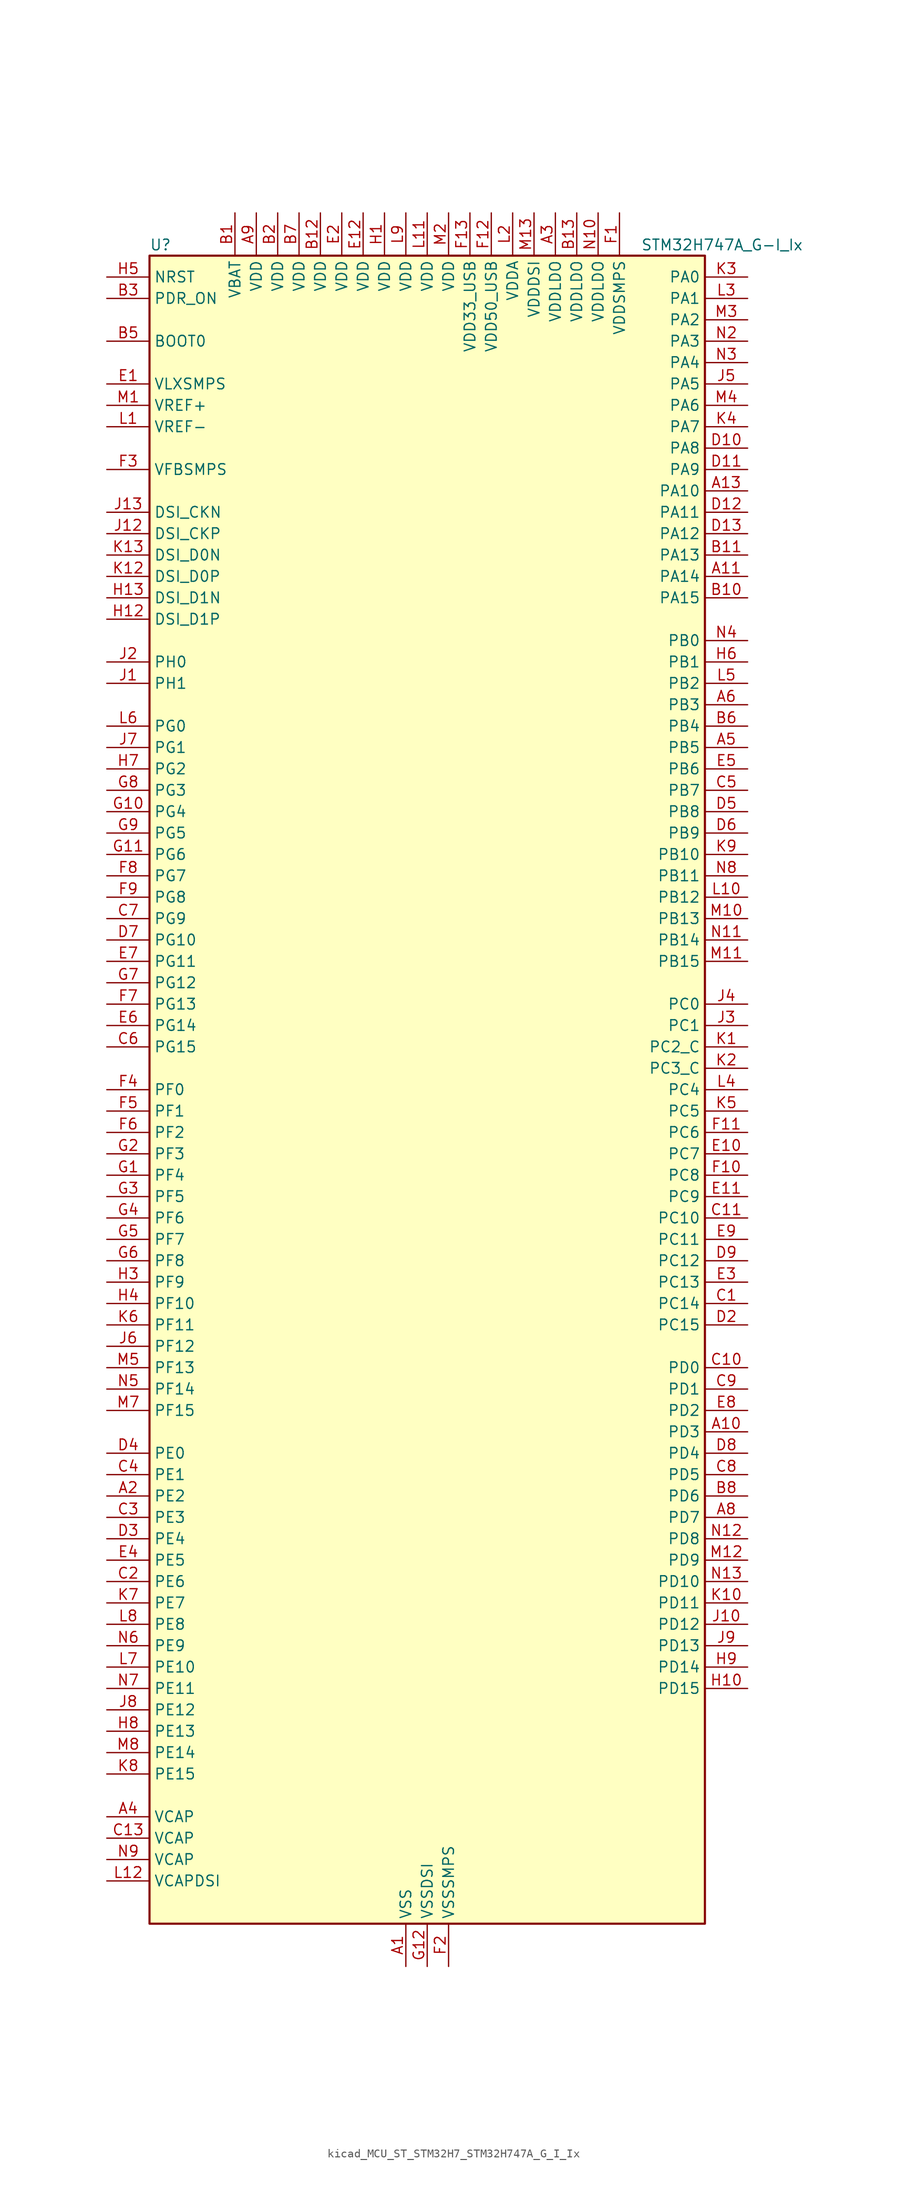
<source format=kicad_sym>
(kicad_symbol_lib
  (version 20220914)
  (generator kicad_symbol_editor)
  (symbol "kicad_MCU_ST_STM32H7_STM32H747A_G_I_Ix"
    (property "Reference" "U"
      (at -33.02 100.33 0)
      (effects (font (size 1.27 1.27)) (justify left)))
    (property "Value" "STM32H747A_G-I_Ix"
      (at 25.4 100.33 0)
      (effects (font (size 1.27 1.27)) (justify left)))
    (property "ki_locked" ""
      (at 0 0 0)
      (effects (font (size 1.27 1.27))))
    (symbol "kicad_MCU_ST_STM32H7_STM32H747A_G_I_Ix_0_1"
      (rectangle (start -33.02 -99.06) (end 33.02 99.06) (stroke (width 0.254) (type default)) (fill (type background))))
    (symbol "kicad_MCU_ST_STM32H7_STM32H747A_G_I_Ix_1_1"
      (pin power_in line (at -2.54 -104.14 90) (length 5.08) (name "VSS" (effects (font (size 1.27 1.27)))) (number "A1" (effects (font (size 1.27 1.27)))))
      (pin bidirectional line (at 38.1 -40.64 180) (length 5.08) (name "PD3" (effects (font (size 1.27 1.27)))) (number "A10" (effects (font (size 1.27 1.27)))) (alternate "DCMI_D5" bidirectional line) (alternate "DFSDM1_CKOUT" bidirectional line) (alternate "FMC_CLK" bidirectional line) (alternate "I2S2_CK" bidirectional line) (alternate "LTDC_G7" bidirectional line) (alternate "SPI2_SCK" bidirectional line) (alternate "USART2_CTS" bidirectional line) (alternate "USART2_NSS" bidirectional line))
      (pin bidirectional line (at 38.1 60.96 180) (length 5.08) (name "PA14" (effects (font (size 1.27 1.27)))) (number "A11" (effects (font (size 1.27 1.27)))) (alternate "DEBUG_JTCK-SWCLK" bidirectional line))
      (pin passive line (at -2.54 -104.14 90) (length 5.08) hide (name "VSS" (effects (font (size 1.27 1.27)))) (number "A12" (effects (font (size 1.27 1.27)))))
      (pin bidirectional line (at 38.1 71.12 180) (length 5.08) (name "PA10" (effects (font (size 1.27 1.27)))) (number "A13" (effects (font (size 1.27 1.27)))) (alternate "DCMI_D1" bidirectional line) (alternate "HRTIM_CHC2" bidirectional line) (alternate "LPUART1_RX" bidirectional line) (alternate "LTDC_B1" bidirectional line) (alternate "LTDC_B4" bidirectional line) (alternate "MDIOS_MDIO" bidirectional line) (alternate "TIM1_CH3" bidirectional line) (alternate "USART1_RX" bidirectional line) (alternate "USB_OTG_FS_ID" bidirectional line))
      (pin bidirectional line (at -38.1 -48.26 0) (length 5.08) (name "PE2" (effects (font (size 1.27 1.27)))) (number "A2" (effects (font (size 1.27 1.27)))) (alternate "DEBUG_TRACECLK" bidirectional line) (alternate "ETH_TXD3" bidirectional line) (alternate "FMC_A23" bidirectional line) (alternate "QUADSPI_BK1_IO2" bidirectional line) (alternate "SAI1_CK1" bidirectional line) (alternate "SAI1_MCLK_A" bidirectional line) (alternate "SAI4_CK1" bidirectional line) (alternate "SAI4_MCLK_A" bidirectional line) (alternate "SPI4_SCK" bidirectional line))
      (pin power_in line (at 15.24 104.14 270) (length 5.08) (name "VDDLDO" (effects (font (size 1.27 1.27)))) (number "A3" (effects (font (size 1.27 1.27)))))
      (pin power_out line (at -38.1 -86.36 0) (length 5.08) (name "VCAP" (effects (font (size 1.27 1.27)))) (number "A4" (effects (font (size 1.27 1.27)))))
      (pin bidirectional line (at 38.1 40.64 180) (length 5.08) (name "PB5" (effects (font (size 1.27 1.27)))) (number "A5" (effects (font (size 1.27 1.27)))) (alternate "DCMI_D10" bidirectional line) (alternate "ETH_PPS_OUT" bidirectional line) (alternate "FDCAN2_RX" bidirectional line) (alternate "FMC_SDCKE1" bidirectional line) (alternate "HRTIM_EEV7" bidirectional line) (alternate "I2C1_SMBA" bidirectional line) (alternate "I2C4_SMBA" bidirectional line) (alternate "I2S1_SDO" bidirectional line) (alternate "I2S3_SDO" bidirectional line) (alternate "SPI1_MOSI" bidirectional line) (alternate "SPI3_MOSI" bidirectional line) (alternate "SPI6_MOSI" bidirectional line) (alternate "TIM17_BKIN" bidirectional line) (alternate "TIM3_CH2" bidirectional line) (alternate "UART5_RX" bidirectional line) (alternate "USB_OTG_HS_ULPI_D7" bidirectional line))
      (pin bidirectional line (at 38.1 45.72 180) (length 5.08) (name "PB3" (effects (font (size 1.27 1.27)))) (number "A6" (effects (font (size 1.27 1.27)))) (alternate "CRS_SYNC" bidirectional line) (alternate "DEBUG_JTDO-SWO" bidirectional line) (alternate "HRTIM_FLT4" bidirectional line) (alternate "I2S1_CK" bidirectional line) (alternate "I2S3_CK" bidirectional line) (alternate "SDMMC2_D2" bidirectional line) (alternate "SPI1_SCK" bidirectional line) (alternate "SPI3_SCK" bidirectional line) (alternate "SPI6_SCK" bidirectional line) (alternate "TIM2_CH2" bidirectional line) (alternate "UART7_RX" bidirectional line))
      (pin passive line (at -2.54 -104.14 90) (length 5.08) hide (name "VSS" (effects (font (size 1.27 1.27)))) (number "A7" (effects (font (size 1.27 1.27)))))
      (pin bidirectional line (at 38.1 -50.8 180) (length 5.08) (name "PD7" (effects (font (size 1.27 1.27)))) (number "A8" (effects (font (size 1.27 1.27)))) (alternate "DFSDM1_CKIN1" bidirectional line) (alternate "DFSDM1_DATIN4" bidirectional line) (alternate "FMC_NE1" bidirectional line) (alternate "I2S1_SDO" bidirectional line) (alternate "SDMMC2_CMD" bidirectional line) (alternate "SPDIFRX1_IN0" bidirectional line) (alternate "SPI1_MOSI" bidirectional line) (alternate "USART2_CK" bidirectional line))
      (pin power_in line (at -20.32 104.14 270) (length 5.08) (name "VDD" (effects (font (size 1.27 1.27)))) (number "A9" (effects (font (size 1.27 1.27)))))
      (pin power_in line (at -22.86 104.14 270) (length 5.08) (name "VBAT" (effects (font (size 1.27 1.27)))) (number "B1" (effects (font (size 1.27 1.27)))))
      (pin bidirectional line (at 38.1 58.42 180) (length 5.08) (name "PA15" (effects (font (size 1.27 1.27)))) (number "B10" (effects (font (size 1.27 1.27)))) (alternate "ADC1_EXTI15" bidirectional line) (alternate "ADC2_EXTI15" bidirectional line) (alternate "ADC3_EXTI15" bidirectional line) (alternate "CEC" bidirectional line) (alternate "DEBUG_JTDI" bidirectional line) (alternate "DSIHOST_TE" bidirectional line) (alternate "HRTIM_FLT1" bidirectional line) (alternate "I2S1_WS" bidirectional line) (alternate "I2S3_WS" bidirectional line) (alternate "SPI1_NSS" bidirectional line) (alternate "SPI3_NSS" bidirectional line) (alternate "SPI6_NSS" bidirectional line) (alternate "TIM2_CH1" bidirectional line) (alternate "TIM2_ETR" bidirectional line) (alternate "UART4_DE" bidirectional line) (alternate "UART4_RTS" bidirectional line) (alternate "UART7_TX" bidirectional line))
      (pin bidirectional line (at 38.1 63.5 180) (length 5.08) (name "PA13" (effects (font (size 1.27 1.27)))) (number "B11" (effects (font (size 1.27 1.27)))) (alternate "DEBUG_JTMS-SWDIO" bidirectional line))
      (pin power_in line (at -12.7 104.14 270) (length 5.08) (name "VDD" (effects (font (size 1.27 1.27)))) (number "B12" (effects (font (size 1.27 1.27)))))
      (pin power_in line (at 17.78 104.14 270) (length 5.08) (name "VDDLDO" (effects (font (size 1.27 1.27)))) (number "B13" (effects (font (size 1.27 1.27)))))
      (pin power_in line (at -17.78 104.14 270) (length 5.08) (name "VDD" (effects (font (size 1.27 1.27)))) (number "B2" (effects (font (size 1.27 1.27)))))
      (pin input line (at -38.1 93.98 0) (length 5.08) (name "PDR_ON" (effects (font (size 1.27 1.27)))) (number "B3" (effects (font (size 1.27 1.27)))))
      (pin passive line (at -2.54 -104.14 90) (length 5.08) hide (name "VSS" (effects (font (size 1.27 1.27)))) (number "B4" (effects (font (size 1.27 1.27)))))
      (pin input line (at -38.1 88.9 0) (length 5.08) (name "BOOT0" (effects (font (size 1.27 1.27)))) (number "B5" (effects (font (size 1.27 1.27)))))
      (pin bidirectional line (at 38.1 43.18 180) (length 5.08) (name "PB4" (effects (font (size 1.27 1.27)))) (number "B6" (effects (font (size 1.27 1.27)))) (alternate "DEBUG_JTRST" bidirectional line) (alternate "HRTIM_EEV6" bidirectional line) (alternate "I2S1_SDI" bidirectional line) (alternate "I2S2_WS" bidirectional line) (alternate "I2S3_SDI" bidirectional line) (alternate "SDMMC2_D3" bidirectional line) (alternate "SPI1_MISO" bidirectional line) (alternate "SPI2_NSS" bidirectional line) (alternate "SPI3_MISO" bidirectional line) (alternate "SPI6_MISO" bidirectional line) (alternate "TIM16_BKIN" bidirectional line) (alternate "TIM3_CH1" bidirectional line) (alternate "UART7_TX" bidirectional line))
      (pin power_in line (at -15.24 104.14 270) (length 5.08) (name "VDD" (effects (font (size 1.27 1.27)))) (number "B7" (effects (font (size 1.27 1.27)))))
      (pin bidirectional line (at 38.1 -48.26 180) (length 5.08) (name "PD6" (effects (font (size 1.27 1.27)))) (number "B8" (effects (font (size 1.27 1.27)))) (alternate "DCMI_D10" bidirectional line) (alternate "DFSDM1_CKIN4" bidirectional line) (alternate "DFSDM1_DATIN1" bidirectional line) (alternate "FMC_NWAIT" bidirectional line) (alternate "I2S3_SDO" bidirectional line) (alternate "LTDC_B2" bidirectional line) (alternate "SAI1_D1" bidirectional line) (alternate "SAI1_SD_A" bidirectional line) (alternate "SAI4_D1" bidirectional line) (alternate "SAI4_SD_A" bidirectional line) (alternate "SDMMC2_CK" bidirectional line) (alternate "SPI3_MOSI" bidirectional line) (alternate "USART2_RX" bidirectional line))
      (pin passive line (at -2.54 -104.14 90) (length 5.08) hide (name "VSS" (effects (font (size 1.27 1.27)))) (number "B9" (effects (font (size 1.27 1.27)))))
      (pin bidirectional line (at 38.1 -25.4 180) (length 5.08) (name "PC14" (effects (font (size 1.27 1.27)))) (number "C1" (effects (font (size 1.27 1.27)))) (alternate "RCC_OSC32_IN" bidirectional line))
      (pin bidirectional line (at 38.1 -33.02 180) (length 5.08) (name "PD0" (effects (font (size 1.27 1.27)))) (number "C10" (effects (font (size 1.27 1.27)))) (alternate "DFSDM1_CKIN6" bidirectional line) (alternate "FDCAN1_RX" bidirectional line) (alternate "FMC_D2" bidirectional line) (alternate "FMC_DA2" bidirectional line) (alternate "SAI3_SCK_A" bidirectional line) (alternate "UART4_RX" bidirectional line))
      (pin bidirectional line (at 38.1 -15.24 180) (length 5.08) (name "PC10" (effects (font (size 1.27 1.27)))) (number "C11" (effects (font (size 1.27 1.27)))) (alternate "DCMI_D8" bidirectional line) (alternate "DFSDM1_CKIN5" bidirectional line) (alternate "HRTIM_EEV1" bidirectional line) (alternate "I2S3_CK" bidirectional line) (alternate "LTDC_R2" bidirectional line) (alternate "QUADSPI_BK1_IO1" bidirectional line) (alternate "SDMMC1_D2" bidirectional line) (alternate "SPI3_SCK" bidirectional line) (alternate "UART4_TX" bidirectional line) (alternate "USART3_TX" bidirectional line))
      (pin passive line (at -2.54 -104.14 90) (length 5.08) hide (name "VSS" (effects (font (size 1.27 1.27)))) (number "C12" (effects (font (size 1.27 1.27)))))
      (pin power_out line (at -38.1 -88.9 0) (length 5.08) (name "VCAP" (effects (font (size 1.27 1.27)))) (number "C13" (effects (font (size 1.27 1.27)))))
      (pin bidirectional line (at -38.1 -58.42 0) (length 5.08) (name "PE6" (effects (font (size 1.27 1.27)))) (number "C2" (effects (font (size 1.27 1.27)))) (alternate "DCMI_D7" bidirectional line) (alternate "DEBUG_TRACED3" bidirectional line) (alternate "FMC_A22" bidirectional line) (alternate "LTDC_G1" bidirectional line) (alternate "SAI1_D1" bidirectional line) (alternate "SAI1_SD_A" bidirectional line) (alternate "SAI2_MCLK_B" bidirectional line) (alternate "SAI4_D1" bidirectional line) (alternate "SAI4_SD_A" bidirectional line) (alternate "SPI4_MOSI" bidirectional line) (alternate "TIM15_CH2" bidirectional line) (alternate "TIM1_BKIN2" bidirectional line) (alternate "TIM1_BKIN2_COMP1" bidirectional line) (alternate "TIM1_BKIN2_COMP2" bidirectional line))
      (pin bidirectional line (at -38.1 -50.8 0) (length 5.08) (name "PE3" (effects (font (size 1.27 1.27)))) (number "C3" (effects (font (size 1.27 1.27)))) (alternate "DEBUG_TRACED0" bidirectional line) (alternate "FMC_A19" bidirectional line) (alternate "SAI1_SD_B" bidirectional line) (alternate "SAI4_SD_B" bidirectional line) (alternate "TIM15_BKIN" bidirectional line))
      (pin bidirectional line (at -38.1 -45.72 0) (length 5.08) (name "PE1" (effects (font (size 1.27 1.27)))) (number "C4" (effects (font (size 1.27 1.27)))) (alternate "DCMI_D3" bidirectional line) (alternate "FMC_NBL1" bidirectional line) (alternate "HRTIM_SCOUT" bidirectional line) (alternate "LPTIM1_IN2" bidirectional line) (alternate "UART8_TX" bidirectional line))
      (pin bidirectional line (at 38.1 35.56 180) (length 5.08) (name "PB7" (effects (font (size 1.27 1.27)))) (number "C5" (effects (font (size 1.27 1.27)))) (alternate "DCMI_VSYNC" bidirectional line) (alternate "DFSDM1_CKIN5" bidirectional line) (alternate "FMC_NL" bidirectional line) (alternate "HRTIM_EEV9" bidirectional line) (alternate "I2C1_SDA" bidirectional line) (alternate "I2C4_SDA" bidirectional line) (alternate "LPUART1_RX" bidirectional line) (alternate "PWR_PVD_IN" bidirectional line) (alternate "TIM17_CH1N" bidirectional line) (alternate "TIM4_CH2" bidirectional line) (alternate "USART1_RX" bidirectional line))
      (pin bidirectional line (at -38.1 5.08 0) (length 5.08) (name "PG15" (effects (font (size 1.27 1.27)))) (number "C6" (effects (font (size 1.27 1.27)))) (alternate "ADC1_EXTI15" bidirectional line) (alternate "ADC2_EXTI15" bidirectional line) (alternate "ADC3_EXTI15" bidirectional line) (alternate "DCMI_D13" bidirectional line) (alternate "FMC_SDNCAS" bidirectional line) (alternate "USART6_CTS" bidirectional line) (alternate "USART6_NSS" bidirectional line))
      (pin bidirectional line (at -38.1 20.32 0) (length 5.08) (name "PG9" (effects (font (size 1.27 1.27)))) (number "C7" (effects (font (size 1.27 1.27)))) (alternate "DAC1_EXTI9" bidirectional line) (alternate "DCMI_VSYNC" bidirectional line) (alternate "FMC_NCE" bidirectional line) (alternate "FMC_NE2" bidirectional line) (alternate "I2S1_SDI" bidirectional line) (alternate "QUADSPI_BK2_IO2" bidirectional line) (alternate "SAI2_FS_B" bidirectional line) (alternate "SPDIFRX1_IN3" bidirectional line) (alternate "SPI1_MISO" bidirectional line) (alternate "USART6_RX" bidirectional line))
      (pin bidirectional line (at 38.1 -45.72 180) (length 5.08) (name "PD5" (effects (font (size 1.27 1.27)))) (number "C8" (effects (font (size 1.27 1.27)))) (alternate "FMC_NWE" bidirectional line) (alternate "HRTIM_EEV3" bidirectional line) (alternate "USART2_TX" bidirectional line))
      (pin bidirectional line (at 38.1 -35.56 180) (length 5.08) (name "PD1" (effects (font (size 1.27 1.27)))) (number "C9" (effects (font (size 1.27 1.27)))) (alternate "DFSDM1_DATIN6" bidirectional line) (alternate "FDCAN1_TX" bidirectional line) (alternate "FMC_D3" bidirectional line) (alternate "FMC_DA3" bidirectional line) (alternate "SAI3_SD_A" bidirectional line) (alternate "UART4_TX" bidirectional line))
      (pin passive line (at -2.54 -104.14 90) (length 5.08) hide (name "VSS" (effects (font (size 1.27 1.27)))) (number "D1" (effects (font (size 1.27 1.27)))))
      (pin bidirectional line (at 38.1 76.2 180) (length 5.08) (name "PA8" (effects (font (size 1.27 1.27)))) (number "D10" (effects (font (size 1.27 1.27)))) (alternate "HRTIM_CHB2" bidirectional line) (alternate "I2C3_SCL" bidirectional line) (alternate "LTDC_B3" bidirectional line) (alternate "LTDC_R6" bidirectional line) (alternate "RCC_MCO_1" bidirectional line) (alternate "TIM1_CH1" bidirectional line) (alternate "TIM8_BKIN2" bidirectional line) (alternate "TIM8_BKIN2_COMP1" bidirectional line) (alternate "TIM8_BKIN2_COMP2" bidirectional line) (alternate "UART7_RX" bidirectional line) (alternate "USART1_CK" bidirectional line) (alternate "USB_OTG_FS_SOF" bidirectional line))
      (pin bidirectional line (at 38.1 73.66 180) (length 5.08) (name "PA9" (effects (font (size 1.27 1.27)))) (number "D11" (effects (font (size 1.27 1.27)))) (alternate "DAC1_EXTI9" bidirectional line) (alternate "DCMI_D0" bidirectional line) (alternate "HRTIM_CHC1" bidirectional line) (alternate "I2C3_SMBA" bidirectional line) (alternate "I2S2_CK" bidirectional line) (alternate "LPUART1_TX" bidirectional line) (alternate "LTDC_R5" bidirectional line) (alternate "SPI2_SCK" bidirectional line) (alternate "TIM1_CH2" bidirectional line) (alternate "USART1_TX" bidirectional line) (alternate "USB_OTG_FS_VBUS" bidirectional line))
      (pin bidirectional line (at 38.1 68.58 180) (length 5.08) (name "PA11" (effects (font (size 1.27 1.27)))) (number "D12" (effects (font (size 1.27 1.27)))) (alternate "ADC1_EXTI11" bidirectional line) (alternate "ADC2_EXTI11" bidirectional line) (alternate "ADC3_EXTI11" bidirectional line) (alternate "FDCAN1_RX" bidirectional line) (alternate "HRTIM_CHD1" bidirectional line) (alternate "I2S2_WS" bidirectional line) (alternate "LPUART1_CTS" bidirectional line) (alternate "LTDC_R4" bidirectional line) (alternate "SPI2_NSS" bidirectional line) (alternate "TIM1_CH4" bidirectional line) (alternate "UART4_RX" bidirectional line) (alternate "USART1_CTS" bidirectional line) (alternate "USART1_NSS" bidirectional line) (alternate "USB_OTG_FS_DM" bidirectional line))
      (pin bidirectional line (at 38.1 66.04 180) (length 5.08) (name "PA12" (effects (font (size 1.27 1.27)))) (number "D13" (effects (font (size 1.27 1.27)))) (alternate "FDCAN1_TX" bidirectional line) (alternate "HRTIM_CHD2" bidirectional line) (alternate "I2S2_CK" bidirectional line) (alternate "LPUART1_DE" bidirectional line) (alternate "LPUART1_RTS" bidirectional line) (alternate "LTDC_R5" bidirectional line) (alternate "SAI2_FS_B" bidirectional line) (alternate "SPI2_SCK" bidirectional line) (alternate "TIM1_ETR" bidirectional line) (alternate "UART4_TX" bidirectional line) (alternate "USART1_DE" bidirectional line) (alternate "USART1_RTS" bidirectional line) (alternate "USB_OTG_FS_DP" bidirectional line))
      (pin bidirectional line (at 38.1 -27.94 180) (length 5.08) (name "PC15" (effects (font (size 1.27 1.27)))) (number "D2" (effects (font (size 1.27 1.27)))) (alternate "ADC1_EXTI15" bidirectional line) (alternate "ADC2_EXTI15" bidirectional line) (alternate "ADC3_EXTI15" bidirectional line) (alternate "RCC_OSC32_OUT" bidirectional line))
      (pin bidirectional line (at -38.1 -53.34 0) (length 5.08) (name "PE4" (effects (font (size 1.27 1.27)))) (number "D3" (effects (font (size 1.27 1.27)))) (alternate "DCMI_D4" bidirectional line) (alternate "DEBUG_TRACED1" bidirectional line) (alternate "DFSDM1_DATIN3" bidirectional line) (alternate "FMC_A20" bidirectional line) (alternate "LTDC_B0" bidirectional line) (alternate "SAI1_D2" bidirectional line) (alternate "SAI1_FS_A" bidirectional line) (alternate "SAI4_D2" bidirectional line) (alternate "SAI4_FS_A" bidirectional line) (alternate "SPI4_NSS" bidirectional line) (alternate "TIM15_CH1N" bidirectional line))
      (pin bidirectional line (at -38.1 -43.18 0) (length 5.08) (name "PE0" (effects (font (size 1.27 1.27)))) (number "D4" (effects (font (size 1.27 1.27)))) (alternate "DCMI_D2" bidirectional line) (alternate "FMC_NBL0" bidirectional line) (alternate "HRTIM_SCIN" bidirectional line) (alternate "LPTIM1_ETR" bidirectional line) (alternate "LPTIM2_ETR" bidirectional line) (alternate "SAI2_MCLK_A" bidirectional line) (alternate "TIM4_ETR" bidirectional line) (alternate "UART8_RX" bidirectional line))
      (pin bidirectional line (at 38.1 33.02 180) (length 5.08) (name "PB8" (effects (font (size 1.27 1.27)))) (number "D5" (effects (font (size 1.27 1.27)))) (alternate "DCMI_D6" bidirectional line) (alternate "DFSDM1_CKIN7" bidirectional line) (alternate "ETH_TXD3" bidirectional line) (alternate "FDCAN1_RX" bidirectional line) (alternate "I2C1_SCL" bidirectional line) (alternate "I2C4_SCL" bidirectional line) (alternate "LTDC_B6" bidirectional line) (alternate "SDMMC1_CKIN" bidirectional line) (alternate "SDMMC1_D4" bidirectional line) (alternate "SDMMC2_D4" bidirectional line) (alternate "TIM16_CH1" bidirectional line) (alternate "TIM4_CH3" bidirectional line) (alternate "UART4_RX" bidirectional line))
      (pin bidirectional line (at 38.1 30.48 180) (length 5.08) (name "PB9" (effects (font (size 1.27 1.27)))) (number "D6" (effects (font (size 1.27 1.27)))) (alternate "DAC1_EXTI9" bidirectional line) (alternate "DCMI_D7" bidirectional line) (alternate "DFSDM1_DATIN7" bidirectional line) (alternate "FDCAN1_TX" bidirectional line) (alternate "I2C1_SDA" bidirectional line) (alternate "I2C4_SDA" bidirectional line) (alternate "I2C4_SMBA" bidirectional line) (alternate "I2S2_WS" bidirectional line) (alternate "LTDC_B7" bidirectional line) (alternate "SDMMC1_CDIR" bidirectional line) (alternate "SDMMC1_D5" bidirectional line) (alternate "SDMMC2_D5" bidirectional line) (alternate "SPI2_NSS" bidirectional line) (alternate "TIM17_CH1" bidirectional line) (alternate "TIM4_CH4" bidirectional line) (alternate "UART4_TX" bidirectional line))
      (pin bidirectional line (at -38.1 17.78 0) (length 5.08) (name "PG10" (effects (font (size 1.27 1.27)))) (number "D7" (effects (font (size 1.27 1.27)))) (alternate "DCMI_D2" bidirectional line) (alternate "FMC_NE3" bidirectional line) (alternate "HRTIM_FLT5" bidirectional line) (alternate "I2S1_WS" bidirectional line) (alternate "LTDC_B2" bidirectional line) (alternate "LTDC_G3" bidirectional line) (alternate "SAI2_SD_B" bidirectional line) (alternate "SPI1_NSS" bidirectional line))
      (pin bidirectional line (at 38.1 -43.18 180) (length 5.08) (name "PD4" (effects (font (size 1.27 1.27)))) (number "D8" (effects (font (size 1.27 1.27)))) (alternate "FMC_NOE" bidirectional line) (alternate "HRTIM_FLT3" bidirectional line) (alternate "SAI3_FS_A" bidirectional line) (alternate "USART2_DE" bidirectional line) (alternate "USART2_RTS" bidirectional line))
      (pin bidirectional line (at 38.1 -20.32 180) (length 5.08) (name "PC12" (effects (font (size 1.27 1.27)))) (number "D9" (effects (font (size 1.27 1.27)))) (alternate "DCMI_D9" bidirectional line) (alternate "DEBUG_TRACED3" bidirectional line) (alternate "HRTIM_EEV2" bidirectional line) (alternate "I2S3_SDO" bidirectional line) (alternate "SDMMC1_CK" bidirectional line) (alternate "SPI3_MOSI" bidirectional line) (alternate "UART5_TX" bidirectional line) (alternate "USART3_CK" bidirectional line))
      (pin power_in line (at -38.1 83.82 0) (length 5.08) (name "VLXSMPS" (effects (font (size 1.27 1.27)))) (number "E1" (effects (font (size 1.27 1.27)))))
      (pin bidirectional line (at 38.1 -7.62 180) (length 5.08) (name "PC7" (effects (font (size 1.27 1.27)))) (number "E10" (effects (font (size 1.27 1.27)))) (alternate "DCMI_D1" bidirectional line) (alternate "DEBUG_TRGIO" bidirectional line) (alternate "DFSDM1_DATIN3" bidirectional line) (alternate "FMC_NE1" bidirectional line) (alternate "HRTIM_CHA2" bidirectional line) (alternate "I2S3_MCK" bidirectional line) (alternate "LTDC_G6" bidirectional line) (alternate "SDMMC1_D123DIR" bidirectional line) (alternate "SDMMC1_D7" bidirectional line) (alternate "SDMMC2_D7" bidirectional line) (alternate "SWPMI1_TX" bidirectional line) (alternate "TIM3_CH2" bidirectional line) (alternate "TIM8_CH2" bidirectional line) (alternate "USART6_RX" bidirectional line))
      (pin bidirectional line (at 38.1 -12.7 180) (length 5.08) (name "PC9" (effects (font (size 1.27 1.27)))) (number "E11" (effects (font (size 1.27 1.27)))) (alternate "DAC1_EXTI9" bidirectional line) (alternate "DCMI_D3" bidirectional line) (alternate "I2C3_SDA" bidirectional line) (alternate "I2S_CKIN" bidirectional line) (alternate "LTDC_B2" bidirectional line) (alternate "LTDC_G3" bidirectional line) (alternate "QUADSPI_BK1_IO0" bidirectional line) (alternate "RCC_MCO_2" bidirectional line) (alternate "SDMMC1_D1" bidirectional line) (alternate "SWPMI1_SUSPEND" bidirectional line) (alternate "TIM3_CH4" bidirectional line) (alternate "TIM8_CH4" bidirectional line) (alternate "UART5_CTS" bidirectional line))
      (pin power_in line (at -7.62 104.14 270) (length 5.08) (name "VDD" (effects (font (size 1.27 1.27)))) (number "E12" (effects (font (size 1.27 1.27)))))
      (pin passive line (at -2.54 -104.14 90) (length 5.08) hide (name "VSS" (effects (font (size 1.27 1.27)))) (number "E13" (effects (font (size 1.27 1.27)))))
      (pin power_in line (at -10.16 104.14 270) (length 5.08) (name "VDD" (effects (font (size 1.27 1.27)))) (number "E2" (effects (font (size 1.27 1.27)))))
      (pin bidirectional line (at 38.1 -22.86 180) (length 5.08) (name "PC13" (effects (font (size 1.27 1.27)))) (number "E3" (effects (font (size 1.27 1.27)))) (alternate "PWR_WKUP2" bidirectional line) (alternate "RTC_OUT_ALARM" bidirectional line) (alternate "RTC_OUT_CALIB" bidirectional line) (alternate "RTC_TAMP1" bidirectional line) (alternate "RTC_TS" bidirectional line))
      (pin bidirectional line (at -38.1 -55.88 0) (length 5.08) (name "PE5" (effects (font (size 1.27 1.27)))) (number "E4" (effects (font (size 1.27 1.27)))) (alternate "DCMI_D6" bidirectional line) (alternate "DEBUG_TRACED2" bidirectional line) (alternate "DFSDM1_CKIN3" bidirectional line) (alternate "FMC_A21" bidirectional line) (alternate "LTDC_G0" bidirectional line) (alternate "SAI1_CK2" bidirectional line) (alternate "SAI1_SCK_A" bidirectional line) (alternate "SAI4_CK2" bidirectional line) (alternate "SAI4_SCK_A" bidirectional line) (alternate "SPI4_MISO" bidirectional line) (alternate "TIM15_CH1" bidirectional line))
      (pin bidirectional line (at 38.1 38.1 180) (length 5.08) (name "PB6" (effects (font (size 1.27 1.27)))) (number "E5" (effects (font (size 1.27 1.27)))) (alternate "CEC" bidirectional line) (alternate "DCMI_D5" bidirectional line) (alternate "DFSDM1_DATIN5" bidirectional line) (alternate "FDCAN2_TX" bidirectional line) (alternate "FMC_SDNE1" bidirectional line) (alternate "HRTIM_EEV8" bidirectional line) (alternate "I2C1_SCL" bidirectional line) (alternate "I2C4_SCL" bidirectional line) (alternate "LPUART1_TX" bidirectional line) (alternate "QUADSPI_BK1_NCS" bidirectional line) (alternate "TIM16_CH1N" bidirectional line) (alternate "TIM4_CH1" bidirectional line) (alternate "UART5_TX" bidirectional line) (alternate "USART1_TX" bidirectional line))
      (pin bidirectional line (at -38.1 7.62 0) (length 5.08) (name "PG14" (effects (font (size 1.27 1.27)))) (number "E6" (effects (font (size 1.27 1.27)))) (alternate "DEBUG_TRACED1" bidirectional line) (alternate "ETH_TXD1" bidirectional line) (alternate "FMC_A25" bidirectional line) (alternate "LPTIM1_ETR" bidirectional line) (alternate "LTDC_B0" bidirectional line) (alternate "QUADSPI_BK2_IO3" bidirectional line) (alternate "SPI6_MOSI" bidirectional line) (alternate "USART6_TX" bidirectional line))
      (pin bidirectional line (at -38.1 15.24 0) (length 5.08) (name "PG11" (effects (font (size 1.27 1.27)))) (number "E7" (effects (font (size 1.27 1.27)))) (alternate "ADC1_EXTI11" bidirectional line) (alternate "ADC2_EXTI11" bidirectional line) (alternate "ADC3_EXTI11" bidirectional line) (alternate "DCMI_D3" bidirectional line) (alternate "ETH_TX_EN" bidirectional line) (alternate "HRTIM_EEV4" bidirectional line) (alternate "I2S1_CK" bidirectional line) (alternate "LPTIM1_IN2" bidirectional line) (alternate "LTDC_B3" bidirectional line) (alternate "SDMMC2_D2" bidirectional line) (alternate "SPDIFRX1_IN0" bidirectional line) (alternate "SPI1_SCK" bidirectional line))
      (pin bidirectional line (at 38.1 -38.1 180) (length 5.08) (name "PD2" (effects (font (size 1.27 1.27)))) (number "E8" (effects (font (size 1.27 1.27)))) (alternate "DCMI_D11" bidirectional line) (alternate "DEBUG_TRACED2" bidirectional line) (alternate "SDMMC1_CMD" bidirectional line) (alternate "TIM3_ETR" bidirectional line) (alternate "UART5_RX" bidirectional line))
      (pin bidirectional line (at 38.1 -17.78 180) (length 5.08) (name "PC11" (effects (font (size 1.27 1.27)))) (number "E9" (effects (font (size 1.27 1.27)))) (alternate "ADC1_EXTI11" bidirectional line) (alternate "ADC2_EXTI11" bidirectional line) (alternate "ADC3_EXTI11" bidirectional line) (alternate "DCMI_D4" bidirectional line) (alternate "DFSDM1_DATIN5" bidirectional line) (alternate "HRTIM_FLT2" bidirectional line) (alternate "I2S3_SDI" bidirectional line) (alternate "QUADSPI_BK2_NCS" bidirectional line) (alternate "SDMMC1_D3" bidirectional line) (alternate "SPI3_MISO" bidirectional line) (alternate "UART4_RX" bidirectional line) (alternate "USART3_RX" bidirectional line))
      (pin power_in line (at 22.86 104.14 270) (length 5.08) (name "VDDSMPS" (effects (font (size 1.27 1.27)))) (number "F1" (effects (font (size 1.27 1.27)))))
      (pin bidirectional line (at 38.1 -10.16 180) (length 5.08) (name "PC8" (effects (font (size 1.27 1.27)))) (number "F10" (effects (font (size 1.27 1.27)))) (alternate "DCMI_D2" bidirectional line) (alternate "DEBUG_TRACED1" bidirectional line) (alternate "FMC_NCE" bidirectional line) (alternate "FMC_NE2" bidirectional line) (alternate "HRTIM_CHB1" bidirectional line) (alternate "SDMMC1_D0" bidirectional line) (alternate "SWPMI1_RX" bidirectional line) (alternate "TIM3_CH3" bidirectional line) (alternate "TIM8_CH3" bidirectional line) (alternate "UART5_DE" bidirectional line) (alternate "UART5_RTS" bidirectional line) (alternate "USART6_CK" bidirectional line))
      (pin bidirectional line (at 38.1 -5.08 180) (length 5.08) (name "PC6" (effects (font (size 1.27 1.27)))) (number "F11" (effects (font (size 1.27 1.27)))) (alternate "DCMI_D0" bidirectional line) (alternate "DFSDM1_CKIN3" bidirectional line) (alternate "FMC_NWAIT" bidirectional line) (alternate "HRTIM_CHA1" bidirectional line) (alternate "I2S2_MCK" bidirectional line) (alternate "LTDC_HSYNC" bidirectional line) (alternate "SDMMC1_D0DIR" bidirectional line) (alternate "SDMMC1_D6" bidirectional line) (alternate "SDMMC2_D6" bidirectional line) (alternate "SWPMI1_IO" bidirectional line) (alternate "TIM3_CH1" bidirectional line) (alternate "TIM8_CH1" bidirectional line) (alternate "USART6_TX" bidirectional line))
      (pin power_in line (at 7.62 104.14 270) (length 5.08) (name "VDD50_USB" (effects (font (size 1.27 1.27)))) (number "F12" (effects (font (size 1.27 1.27)))))
      (pin power_in line (at 5.08 104.14 270) (length 5.08) (name "VDD33_USB" (effects (font (size 1.27 1.27)))) (number "F13" (effects (font (size 1.27 1.27)))))
      (pin power_in line (at 2.54 -104.14 90) (length 5.08) (name "VSSSMPS" (effects (font (size 1.27 1.27)))) (number "F2" (effects (font (size 1.27 1.27)))))
      (pin input line (at -38.1 73.66 0) (length 5.08) (name "VFBSMPS" (effects (font (size 1.27 1.27)))) (number "F3" (effects (font (size 1.27 1.27)))))
      (pin bidirectional line (at -38.1 0 0) (length 5.08) (name "PF0" (effects (font (size 1.27 1.27)))) (number "F4" (effects (font (size 1.27 1.27)))) (alternate "FMC_A0" bidirectional line) (alternate "I2C2_SDA" bidirectional line))
      (pin bidirectional line (at -38.1 -2.54 0) (length 5.08) (name "PF1" (effects (font (size 1.27 1.27)))) (number "F5" (effects (font (size 1.27 1.27)))) (alternate "FMC_A1" bidirectional line) (alternate "I2C2_SCL" bidirectional line))
      (pin bidirectional line (at -38.1 -5.08 0) (length 5.08) (name "PF2" (effects (font (size 1.27 1.27)))) (number "F6" (effects (font (size 1.27 1.27)))) (alternate "FMC_A2" bidirectional line) (alternate "I2C2_SMBA" bidirectional line))
      (pin bidirectional line (at -38.1 10.16 0) (length 5.08) (name "PG13" (effects (font (size 1.27 1.27)))) (number "F7" (effects (font (size 1.27 1.27)))) (alternate "DEBUG_TRACED0" bidirectional line) (alternate "ETH_TXD0" bidirectional line) (alternate "FMC_A24" bidirectional line) (alternate "HRTIM_EEV10" bidirectional line) (alternate "LPTIM1_OUT" bidirectional line) (alternate "LTDC_R0" bidirectional line) (alternate "SPI6_SCK" bidirectional line) (alternate "USART6_CTS" bidirectional line) (alternate "USART6_NSS" bidirectional line))
      (pin bidirectional line (at -38.1 25.4 0) (length 5.08) (name "PG7" (effects (font (size 1.27 1.27)))) (number "F8" (effects (font (size 1.27 1.27)))) (alternate "DCMI_D13" bidirectional line) (alternate "FMC_INT" bidirectional line) (alternate "HRTIM_CHE2" bidirectional line) (alternate "LTDC_CLK" bidirectional line) (alternate "SAI1_MCLK_A" bidirectional line) (alternate "USART6_CK" bidirectional line))
      (pin bidirectional line (at -38.1 22.86 0) (length 5.08) (name "PG8" (effects (font (size 1.27 1.27)))) (number "F9" (effects (font (size 1.27 1.27)))) (alternate "ETH_PPS_OUT" bidirectional line) (alternate "FMC_SDCLK" bidirectional line) (alternate "LTDC_G7" bidirectional line) (alternate "SPDIFRX1_IN2" bidirectional line) (alternate "SPI6_NSS" bidirectional line) (alternate "TIM8_ETR" bidirectional line) (alternate "USART6_DE" bidirectional line) (alternate "USART6_RTS" bidirectional line))
      (pin bidirectional line (at -38.1 -10.16 0) (length 5.08) (name "PF4" (effects (font (size 1.27 1.27)))) (number "G1" (effects (font (size 1.27 1.27)))) (alternate "ADC3_INN5" bidirectional line) (alternate "ADC3_INP9" bidirectional line) (alternate "FMC_A4" bidirectional line))
      (pin bidirectional line (at -38.1 33.02 0) (length 5.08) (name "PG4" (effects (font (size 1.27 1.27)))) (number "G10" (effects (font (size 1.27 1.27)))) (alternate "FMC_A14" bidirectional line) (alternate "FMC_BA0" bidirectional line) (alternate "TIM1_BKIN2" bidirectional line) (alternate "TIM1_BKIN2_COMP1" bidirectional line) (alternate "TIM1_BKIN2_COMP2" bidirectional line))
      (pin bidirectional line (at -38.1 27.94 0) (length 5.08) (name "PG6" (effects (font (size 1.27 1.27)))) (number "G11" (effects (font (size 1.27 1.27)))) (alternate "DCMI_D12" bidirectional line) (alternate "FMC_NE3" bidirectional line) (alternate "HRTIM_CHE1" bidirectional line) (alternate "LTDC_R7" bidirectional line) (alternate "QUADSPI_BK1_NCS" bidirectional line) (alternate "TIM17_BKIN" bidirectional line))
      (pin power_in line (at 0 -104.14 90) (length 5.08) (name "VSSDSI" (effects (font (size 1.27 1.27)))) (number "G12" (effects (font (size 1.27 1.27)))))
      (pin passive line (at 0 -104.14 90) (length 5.08) hide (name "VSSDSI" (effects (font (size 1.27 1.27)))) (number "G13" (effects (font (size 1.27 1.27)))))
      (pin bidirectional line (at -38.1 -7.62 0) (length 5.08) (name "PF3" (effects (font (size 1.27 1.27)))) (number "G2" (effects (font (size 1.27 1.27)))) (alternate "ADC3_INP5" bidirectional line) (alternate "FMC_A3" bidirectional line))
      (pin bidirectional line (at -38.1 -12.7 0) (length 5.08) (name "PF5" (effects (font (size 1.27 1.27)))) (number "G3" (effects (font (size 1.27 1.27)))) (alternate "ADC3_INP4" bidirectional line) (alternate "FMC_A5" bidirectional line))
      (pin bidirectional line (at -38.1 -15.24 0) (length 5.08) (name "PF6" (effects (font (size 1.27 1.27)))) (number "G4" (effects (font (size 1.27 1.27)))) (alternate "ADC3_INN4" bidirectional line) (alternate "ADC3_INP8" bidirectional line) (alternate "QUADSPI_BK1_IO3" bidirectional line) (alternate "SAI1_SD_B" bidirectional line) (alternate "SAI4_SD_B" bidirectional line) (alternate "SPI5_NSS" bidirectional line) (alternate "TIM16_CH1" bidirectional line) (alternate "UART7_RX" bidirectional line))
      (pin bidirectional line (at -38.1 -17.78 0) (length 5.08) (name "PF7" (effects (font (size 1.27 1.27)))) (number "G5" (effects (font (size 1.27 1.27)))) (alternate "ADC3_INP3" bidirectional line) (alternate "QUADSPI_BK1_IO2" bidirectional line) (alternate "SAI1_MCLK_B" bidirectional line) (alternate "SAI4_MCLK_B" bidirectional line) (alternate "SPI5_SCK" bidirectional line) (alternate "TIM17_CH1" bidirectional line) (alternate "UART7_TX" bidirectional line))
      (pin bidirectional line (at -38.1 -20.32 0) (length 5.08) (name "PF8" (effects (font (size 1.27 1.27)))) (number "G6" (effects (font (size 1.27 1.27)))) (alternate "ADC3_INN3" bidirectional line) (alternate "ADC3_INP7" bidirectional line) (alternate "QUADSPI_BK1_IO0" bidirectional line) (alternate "SAI1_SCK_B" bidirectional line) (alternate "SAI4_SCK_B" bidirectional line) (alternate "SPI5_MISO" bidirectional line) (alternate "TIM13_CH1" bidirectional line) (alternate "TIM16_CH1N" bidirectional line) (alternate "UART7_DE" bidirectional line) (alternate "UART7_RTS" bidirectional line))
      (pin bidirectional line (at -38.1 12.7 0) (length 5.08) (name "PG12" (effects (font (size 1.27 1.27)))) (number "G7" (effects (font (size 1.27 1.27)))) (alternate "ETH_TXD1" bidirectional line) (alternate "FMC_NE4" bidirectional line) (alternate "HRTIM_EEV5" bidirectional line) (alternate "LPTIM1_IN1" bidirectional line) (alternate "LTDC_B1" bidirectional line) (alternate "LTDC_B4" bidirectional line) (alternate "SPDIFRX1_IN1" bidirectional line) (alternate "SPI6_MISO" bidirectional line) (alternate "USART6_DE" bidirectional line) (alternate "USART6_RTS" bidirectional line))
      (pin bidirectional line (at -38.1 35.56 0) (length 5.08) (name "PG3" (effects (font (size 1.27 1.27)))) (number "G8" (effects (font (size 1.27 1.27)))) (alternate "FMC_A13" bidirectional line) (alternate "TIM8_BKIN2" bidirectional line) (alternate "TIM8_BKIN2_COMP1" bidirectional line) (alternate "TIM8_BKIN2_COMP2" bidirectional line))
      (pin bidirectional line (at -38.1 30.48 0) (length 5.08) (name "PG5" (effects (font (size 1.27 1.27)))) (number "G9" (effects (font (size 1.27 1.27)))) (alternate "FMC_A15" bidirectional line) (alternate "FMC_BA1" bidirectional line) (alternate "TIM1_ETR" bidirectional line))
      (pin power_in line (at -5.08 104.14 270) (length 5.08) (name "VDD" (effects (font (size 1.27 1.27)))) (number "H1" (effects (font (size 1.27 1.27)))))
      (pin bidirectional line (at 38.1 -71.12 180) (length 5.08) (name "PD15" (effects (font (size 1.27 1.27)))) (number "H10" (effects (font (size 1.27 1.27)))) (alternate "ADC1_EXTI15" bidirectional line) (alternate "ADC2_EXTI15" bidirectional line) (alternate "ADC3_EXTI15" bidirectional line) (alternate "FMC_D1" bidirectional line) (alternate "FMC_DA1" bidirectional line) (alternate "SAI3_MCLK_A" bidirectional line) (alternate "TIM4_CH4" bidirectional line) (alternate "UART8_DE" bidirectional line) (alternate "UART8_RTS" bidirectional line))
      (pin passive line (at -2.54 -104.14 90) (length 5.08) hide (name "VSS" (effects (font (size 1.27 1.27)))) (number "H11" (effects (font (size 1.27 1.27)))))
      (pin bidirectional line (at -38.1 55.88 0) (length 5.08) (name "DSI_D1P" (effects (font (size 1.27 1.27)))) (number "H12" (effects (font (size 1.27 1.27)))) (alternate "DSIHOST_D1P" bidirectional line))
      (pin bidirectional line (at -38.1 58.42 0) (length 5.08) (name "DSI_D1N" (effects (font (size 1.27 1.27)))) (number "H13" (effects (font (size 1.27 1.27)))) (alternate "DSIHOST_D1N" bidirectional line))
      (pin passive line (at -2.54 -104.14 90) (length 5.08) hide (name "VSS" (effects (font (size 1.27 1.27)))) (number "H2" (effects (font (size 1.27 1.27)))))
      (pin bidirectional line (at -38.1 -22.86 0) (length 5.08) (name "PF9" (effects (font (size 1.27 1.27)))) (number "H3" (effects (font (size 1.27 1.27)))) (alternate "ADC3_INP2" bidirectional line) (alternate "DAC1_EXTI9" bidirectional line) (alternate "QUADSPI_BK1_IO1" bidirectional line) (alternate "SAI1_FS_B" bidirectional line) (alternate "SAI4_FS_B" bidirectional line) (alternate "SPI5_MOSI" bidirectional line) (alternate "TIM14_CH1" bidirectional line) (alternate "TIM17_CH1N" bidirectional line) (alternate "UART7_CTS" bidirectional line))
      (pin bidirectional line (at -38.1 -25.4 0) (length 5.08) (name "PF10" (effects (font (size 1.27 1.27)))) (number "H4" (effects (font (size 1.27 1.27)))) (alternate "ADC3_INN2" bidirectional line) (alternate "ADC3_INP6" bidirectional line) (alternate "DCMI_D11" bidirectional line) (alternate "LTDC_DE" bidirectional line) (alternate "QUADSPI_CLK" bidirectional line) (alternate "SAI1_D3" bidirectional line) (alternate "SAI4_D3" bidirectional line) (alternate "TIM16_BKIN" bidirectional line))
      (pin input line (at -38.1 96.52 0) (length 5.08) (name "NRST" (effects (font (size 1.27 1.27)))) (number "H5" (effects (font (size 1.27 1.27)))))
      (pin bidirectional line (at 38.1 50.8 180) (length 5.08) (name "PB1" (effects (font (size 1.27 1.27)))) (number "H6" (effects (font (size 1.27 1.27)))) (alternate "ADC1_INP5" bidirectional line) (alternate "ADC2_INP5" bidirectional line) (alternate "COMP1_INM" bidirectional line) (alternate "DFSDM1_DATIN1" bidirectional line) (alternate "ETH_RXD3" bidirectional line) (alternate "LTDC_G0" bidirectional line) (alternate "LTDC_R6" bidirectional line) (alternate "TIM1_CH3N" bidirectional line) (alternate "TIM3_CH4" bidirectional line) (alternate "TIM8_CH3N" bidirectional line) (alternate "USB_OTG_HS_ULPI_D2" bidirectional line))
      (pin bidirectional line (at -38.1 38.1 0) (length 5.08) (name "PG2" (effects (font (size 1.27 1.27)))) (number "H7" (effects (font (size 1.27 1.27)))) (alternate "FMC_A12" bidirectional line) (alternate "TIM8_BKIN" bidirectional line) (alternate "TIM8_BKIN_COMP1" bidirectional line) (alternate "TIM8_BKIN_COMP2" bidirectional line))
      (pin bidirectional line (at -38.1 -76.2 0) (length 5.08) (name "PE13" (effects (font (size 1.27 1.27)))) (number "H8" (effects (font (size 1.27 1.27)))) (alternate "COMP2_OUT" bidirectional line) (alternate "DFSDM1_CKIN5" bidirectional line) (alternate "FMC_D10" bidirectional line) (alternate "FMC_DA10" bidirectional line) (alternate "LTDC_DE" bidirectional line) (alternate "SAI2_FS_B" bidirectional line) (alternate "SPI4_MISO" bidirectional line) (alternate "TIM1_CH3" bidirectional line))
      (pin bidirectional line (at 38.1 -68.58 180) (length 5.08) (name "PD14" (effects (font (size 1.27 1.27)))) (number "H9" (effects (font (size 1.27 1.27)))) (alternate "FMC_D0" bidirectional line) (alternate "FMC_DA0" bidirectional line) (alternate "SAI3_MCLK_B" bidirectional line) (alternate "TIM4_CH3" bidirectional line) (alternate "UART8_CTS" bidirectional line))
      (pin bidirectional line (at -38.1 48.26 0) (length 5.08) (name "PH1" (effects (font (size 1.27 1.27)))) (number "J1" (effects (font (size 1.27 1.27)))) (alternate "RCC_OSC_OUT" bidirectional line))
      (pin bidirectional line (at 38.1 -63.5 180) (length 5.08) (name "PD12" (effects (font (size 1.27 1.27)))) (number "J10" (effects (font (size 1.27 1.27)))) (alternate "FMC_A17" bidirectional line) (alternate "FMC_ALE" bidirectional line) (alternate "I2C4_SCL" bidirectional line) (alternate "LPTIM1_IN1" bidirectional line) (alternate "LPTIM2_IN1" bidirectional line) (alternate "QUADSPI_BK1_IO1" bidirectional line) (alternate "SAI2_FS_A" bidirectional line) (alternate "TIM4_CH1" bidirectional line) (alternate "USART3_DE" bidirectional line) (alternate "USART3_RTS" bidirectional line))
      (pin passive line (at -2.54 -104.14 90) (length 5.08) hide (name "VSS" (effects (font (size 1.27 1.27)))) (number "J11" (effects (font (size 1.27 1.27)))))
      (pin bidirectional line (at -38.1 66.04 0) (length 5.08) (name "DSI_CKP" (effects (font (size 1.27 1.27)))) (number "J12" (effects (font (size 1.27 1.27)))) (alternate "DSIHOST_CKP" bidirectional line))
      (pin bidirectional line (at -38.1 68.58 0) (length 5.08) (name "DSI_CKN" (effects (font (size 1.27 1.27)))) (number "J13" (effects (font (size 1.27 1.27)))) (alternate "DSIHOST_CKN" bidirectional line))
      (pin bidirectional line (at -38.1 50.8 0) (length 5.08) (name "PH0" (effects (font (size 1.27 1.27)))) (number "J2" (effects (font (size 1.27 1.27)))) (alternate "RCC_OSC_IN" bidirectional line))
      (pin bidirectional line (at 38.1 7.62 180) (length 5.08) (name "PC1" (effects (font (size 1.27 1.27)))) (number "J3" (effects (font (size 1.27 1.27)))) (alternate "ADC1_INN10" bidirectional line) (alternate "ADC1_INP11" bidirectional line) (alternate "ADC2_INN10" bidirectional line) (alternate "ADC2_INP11" bidirectional line) (alternate "ADC3_INN10" bidirectional line) (alternate "ADC3_INP11" bidirectional line) (alternate "DEBUG_TRACED0" bidirectional line) (alternate "DFSDM1_CKIN4" bidirectional line) (alternate "DFSDM1_DATIN0" bidirectional line) (alternate "ETH_MDC" bidirectional line) (alternate "I2S2_SDO" bidirectional line) (alternate "MDIOS_MDC" bidirectional line) (alternate "PWR_WKUP5" bidirectional line) (alternate "RTC_TAMP3" bidirectional line) (alternate "SAI1_D1" bidirectional line) (alternate "SAI1_SD_A" bidirectional line) (alternate "SAI4_D1" bidirectional line) (alternate "SAI4_SD_A" bidirectional line) (alternate "SDMMC2_CK" bidirectional line) (alternate "SPI2_MOSI" bidirectional line))
      (pin bidirectional line (at 38.1 10.16 180) (length 5.08) (name "PC0" (effects (font (size 1.27 1.27)))) (number "J4" (effects (font (size 1.27 1.27)))) (alternate "ADC1_INP10" bidirectional line) (alternate "ADC2_INP10" bidirectional line) (alternate "ADC3_INP10" bidirectional line) (alternate "DFSDM1_CKIN0" bidirectional line) (alternate "DFSDM1_DATIN4" bidirectional line) (alternate "FMC_SDNWE" bidirectional line) (alternate "LTDC_R5" bidirectional line) (alternate "SAI2_FS_B" bidirectional line) (alternate "USB_OTG_HS_ULPI_STP" bidirectional line))
      (pin bidirectional line (at 38.1 83.82 180) (length 5.08) (name "PA5" (effects (font (size 1.27 1.27)))) (number "J5" (effects (font (size 1.27 1.27)))) (alternate "ADC1_INN18" bidirectional line) (alternate "ADC1_INP19" bidirectional line) (alternate "ADC2_INN18" bidirectional line) (alternate "ADC2_INP19" bidirectional line) (alternate "DAC1_OUT2" bidirectional line) (alternate "I2S1_CK" bidirectional line) (alternate "LTDC_R4" bidirectional line) (alternate "PWR_NDSTOP2" bidirectional line) (alternate "SPI1_SCK" bidirectional line) (alternate "SPI6_SCK" bidirectional line) (alternate "TIM2_CH1" bidirectional line) (alternate "TIM2_ETR" bidirectional line) (alternate "TIM8_CH1N" bidirectional line) (alternate "USB_OTG_HS_ULPI_CK" bidirectional line))
      (pin bidirectional line (at -38.1 -30.48 0) (length 5.08) (name "PF12" (effects (font (size 1.27 1.27)))) (number "J6" (effects (font (size 1.27 1.27)))) (alternate "ADC1_INN2" bidirectional line) (alternate "ADC1_INP6" bidirectional line) (alternate "FMC_A6" bidirectional line))
      (pin bidirectional line (at -38.1 40.64 0) (length 5.08) (name "PG1" (effects (font (size 1.27 1.27)))) (number "J7" (effects (font (size 1.27 1.27)))) (alternate "FMC_A11" bidirectional line) (alternate "OPAMP2_VINM" bidirectional line) (alternate "OPAMP2_VINM1" bidirectional line))
      (pin bidirectional line (at -38.1 -73.66 0) (length 5.08) (name "PE12" (effects (font (size 1.27 1.27)))) (number "J8" (effects (font (size 1.27 1.27)))) (alternate "COMP1_OUT" bidirectional line) (alternate "DFSDM1_DATIN5" bidirectional line) (alternate "FMC_D9" bidirectional line) (alternate "FMC_DA9" bidirectional line) (alternate "LTDC_B4" bidirectional line) (alternate "SAI2_SCK_B" bidirectional line) (alternate "SPI4_SCK" bidirectional line) (alternate "TIM1_CH3N" bidirectional line))
      (pin bidirectional line (at 38.1 -66.04 180) (length 5.08) (name "PD13" (effects (font (size 1.27 1.27)))) (number "J9" (effects (font (size 1.27 1.27)))) (alternate "FMC_A18" bidirectional line) (alternate "I2C4_SDA" bidirectional line) (alternate "LPTIM1_OUT" bidirectional line) (alternate "QUADSPI_BK1_IO3" bidirectional line) (alternate "SAI2_SCK_A" bidirectional line) (alternate "TIM4_CH2" bidirectional line))
      (pin bidirectional line (at 38.1 5.08 180) (length 5.08) (name "PC2_C" (effects (font (size 1.27 1.27)))) (number "K1" (effects (font (size 1.27 1.27)))) (alternate "ADC3_INN1" bidirectional line) (alternate "ADC3_INP0" bidirectional line) (alternate "DFSDM1_CKIN1" bidirectional line) (alternate "DFSDM1_CKOUT" bidirectional line) (alternate "ETH_TXD2" bidirectional line) (alternate "FMC_SDNE0" bidirectional line) (alternate "I2S2_SDI" bidirectional line) (alternate "PWR_CSTOP" bidirectional line) (alternate "SPI2_MISO" bidirectional line) (alternate "USB_OTG_HS_ULPI_DIR" bidirectional line))
      (pin bidirectional line (at 38.1 -60.96 180) (length 5.08) (name "PD11" (effects (font (size 1.27 1.27)))) (number "K10" (effects (font (size 1.27 1.27)))) (alternate "ADC1_EXTI11" bidirectional line) (alternate "ADC2_EXTI11" bidirectional line) (alternate "ADC3_EXTI11" bidirectional line) (alternate "FMC_A16" bidirectional line) (alternate "FMC_CLE" bidirectional line) (alternate "I2C4_SMBA" bidirectional line) (alternate "LPTIM2_IN2" bidirectional line) (alternate "QUADSPI_BK1_IO0" bidirectional line) (alternate "SAI2_SD_A" bidirectional line) (alternate "USART3_CTS" bidirectional line) (alternate "USART3_NSS" bidirectional line))
      (pin passive line (at -2.54 -104.14 90) (length 5.08) hide (name "VSS" (effects (font (size 1.27 1.27)))) (number "K11" (effects (font (size 1.27 1.27)))))
      (pin bidirectional line (at -38.1 60.96 0) (length 5.08) (name "DSI_D0P" (effects (font (size 1.27 1.27)))) (number "K12" (effects (font (size 1.27 1.27)))) (alternate "DSIHOST_D0P" bidirectional line))
      (pin bidirectional line (at -38.1 63.5 0) (length 5.08) (name "DSI_D0N" (effects (font (size 1.27 1.27)))) (number "K13" (effects (font (size 1.27 1.27)))) (alternate "DSIHOST_D0N" bidirectional line))
      (pin bidirectional line (at 38.1 2.54 180) (length 5.08) (name "PC3_C" (effects (font (size 1.27 1.27)))) (number "K2" (effects (font (size 1.27 1.27)))) (alternate "ADC3_INP1" bidirectional line) (alternate "DFSDM1_DATIN1" bidirectional line) (alternate "ETH_TX_CLK" bidirectional line) (alternate "FMC_SDCKE0" bidirectional line) (alternate "I2S2_SDO" bidirectional line) (alternate "PWR_CSLEEP" bidirectional line) (alternate "SPI2_MOSI" bidirectional line) (alternate "USB_OTG_HS_ULPI_NXT" bidirectional line))
      (pin bidirectional line (at 38.1 96.52 180) (length 5.08) (name "PA0" (effects (font (size 1.27 1.27)))) (number "K3" (effects (font (size 1.27 1.27)))) (alternate "ADC1_INP16" bidirectional line) (alternate "ETH_CRS" bidirectional line) (alternate "PWR_WKUP0" bidirectional line) (alternate "SAI2_SD_B" bidirectional line) (alternate "SDMMC2_CMD" bidirectional line) (alternate "TIM15_BKIN" bidirectional line) (alternate "TIM2_CH1" bidirectional line) (alternate "TIM2_ETR" bidirectional line) (alternate "TIM5_CH1" bidirectional line) (alternate "TIM8_ETR" bidirectional line) (alternate "UART4_TX" bidirectional line) (alternate "USART2_CTS" bidirectional line) (alternate "USART2_NSS" bidirectional line))
      (pin bidirectional line (at 38.1 78.74 180) (length 5.08) (name "PA7" (effects (font (size 1.27 1.27)))) (number "K4" (effects (font (size 1.27 1.27)))) (alternate "ADC1_INN3" bidirectional line) (alternate "ADC1_INP7" bidirectional line) (alternate "ADC2_INN3" bidirectional line) (alternate "ADC2_INP7" bidirectional line) (alternate "ETH_CRS_DV" bidirectional line) (alternate "ETH_RX_DV" bidirectional line) (alternate "FMC_SDNWE" bidirectional line) (alternate "I2S1_SDO" bidirectional line) (alternate "OPAMP1_VINM" bidirectional line) (alternate "OPAMP1_VINM1" bidirectional line) (alternate "SPI1_MOSI" bidirectional line) (alternate "SPI6_MOSI" bidirectional line) (alternate "TIM14_CH1" bidirectional line) (alternate "TIM1_CH1N" bidirectional line) (alternate "TIM3_CH2" bidirectional line) (alternate "TIM8_CH1N" bidirectional line))
      (pin bidirectional line (at 38.1 -2.54 180) (length 5.08) (name "PC5" (effects (font (size 1.27 1.27)))) (number "K5" (effects (font (size 1.27 1.27)))) (alternate "ADC1_INN4" bidirectional line) (alternate "ADC1_INP8" bidirectional line) (alternate "ADC2_INN4" bidirectional line) (alternate "ADC2_INP8" bidirectional line) (alternate "COMP1_OUT" bidirectional line) (alternate "DFSDM1_DATIN2" bidirectional line) (alternate "ETH_RXD1" bidirectional line) (alternate "FMC_SDCKE0" bidirectional line) (alternate "OPAMP1_VINM" bidirectional line) (alternate "OPAMP1_VINM0" bidirectional line) (alternate "SAI1_D3" bidirectional line) (alternate "SAI4_D3" bidirectional line) (alternate "SPDIFRX1_IN3" bidirectional line))
      (pin bidirectional line (at -38.1 -27.94 0) (length 5.08) (name "PF11" (effects (font (size 1.27 1.27)))) (number "K6" (effects (font (size 1.27 1.27)))) (alternate "ADC1_EXTI11" bidirectional line) (alternate "ADC1_INP2" bidirectional line) (alternate "ADC2_EXTI11" bidirectional line) (alternate "ADC3_EXTI11" bidirectional line) (alternate "DCMI_D12" bidirectional line) (alternate "FMC_SDNRAS" bidirectional line) (alternate "SAI2_SD_B" bidirectional line) (alternate "SPI5_MOSI" bidirectional line))
      (pin bidirectional line (at -38.1 -60.96 0) (length 5.08) (name "PE7" (effects (font (size 1.27 1.27)))) (number "K7" (effects (font (size 1.27 1.27)))) (alternate "COMP2_INM" bidirectional line) (alternate "DFSDM1_DATIN2" bidirectional line) (alternate "FMC_D4" bidirectional line) (alternate "FMC_DA4" bidirectional line) (alternate "OPAMP2_VOUT" bidirectional line) (alternate "QUADSPI_BK2_IO0" bidirectional line) (alternate "TIM1_ETR" bidirectional line) (alternate "UART7_RX" bidirectional line))
      (pin bidirectional line (at -38.1 -81.28 0) (length 5.08) (name "PE15" (effects (font (size 1.27 1.27)))) (number "K8" (effects (font (size 1.27 1.27)))) (alternate "ADC1_EXTI15" bidirectional line) (alternate "ADC2_EXTI15" bidirectional line) (alternate "ADC3_EXTI15" bidirectional line) (alternate "FMC_D12" bidirectional line) (alternate "FMC_DA12" bidirectional line) (alternate "LTDC_R7" bidirectional line) (alternate "TIM1_BKIN" bidirectional line) (alternate "TIM1_BKIN_COMP1" bidirectional line) (alternate "TIM1_BKIN_COMP2" bidirectional line))
      (pin bidirectional line (at 38.1 27.94 180) (length 5.08) (name "PB10" (effects (font (size 1.27 1.27)))) (number "K9" (effects (font (size 1.27 1.27)))) (alternate "DFSDM1_DATIN7" bidirectional line) (alternate "ETH_RX_ER" bidirectional line) (alternate "HRTIM_SCOUT" bidirectional line) (alternate "I2C2_SCL" bidirectional line) (alternate "I2S2_CK" bidirectional line) (alternate "LPTIM2_IN1" bidirectional line) (alternate "LTDC_G4" bidirectional line) (alternate "QUADSPI_BK1_NCS" bidirectional line) (alternate "SPI2_SCK" bidirectional line) (alternate "TIM2_CH3" bidirectional line) (alternate "USART3_TX" bidirectional line) (alternate "USB_OTG_HS_ULPI_D3" bidirectional line))
      (pin input line (at -38.1 78.74 0) (length 5.08) (name "VREF-" (effects (font (size 1.27 1.27)))) (number "L1" (effects (font (size 1.27 1.27)))))
      (pin bidirectional line (at 38.1 22.86 180) (length 5.08) (name "PB12" (effects (font (size 1.27 1.27)))) (number "L10" (effects (font (size 1.27 1.27)))) (alternate "DFSDM1_DATIN1" bidirectional line) (alternate "ETH_TXD0" bidirectional line) (alternate "FDCAN2_RX" bidirectional line) (alternate "I2C2_SMBA" bidirectional line) (alternate "I2S2_WS" bidirectional line) (alternate "SPI2_NSS" bidirectional line) (alternate "TIM1_BKIN" bidirectional line) (alternate "TIM1_BKIN_COMP1" bidirectional line) (alternate "TIM1_BKIN_COMP2" bidirectional line) (alternate "UART5_RX" bidirectional line) (alternate "USART3_CK" bidirectional line) (alternate "USB_OTG_HS_ID" bidirectional line) (alternate "USB_OTG_HS_ULPI_D5" bidirectional line))
      (pin power_in line (at 0 104.14 270) (length 5.08) (name "VDD" (effects (font (size 1.27 1.27)))) (number "L11" (effects (font (size 1.27 1.27)))))
      (pin power_out line (at -38.1 -93.98 0) (length 5.08) (name "VCAPDSI" (effects (font (size 1.27 1.27)))) (number "L12" (effects (font (size 1.27 1.27)))))
      (pin passive line (at -2.54 -104.14 90) (length 5.08) hide (name "VSS" (effects (font (size 1.27 1.27)))) (number "L13" (effects (font (size 1.27 1.27)))))
      (pin power_in line (at 10.16 104.14 270) (length 5.08) (name "VDDA" (effects (font (size 1.27 1.27)))) (number "L2" (effects (font (size 1.27 1.27)))))
      (pin bidirectional line (at 38.1 93.98 180) (length 5.08) (name "PA1" (effects (font (size 1.27 1.27)))) (number "L3" (effects (font (size 1.27 1.27)))) (alternate "ADC1_INN16" bidirectional line) (alternate "ADC1_INP17" bidirectional line) (alternate "ETH_REF_CLK" bidirectional line) (alternate "ETH_RX_CLK" bidirectional line) (alternate "LPTIM3_OUT" bidirectional line) (alternate "LTDC_R2" bidirectional line) (alternate "QUADSPI_BK1_IO3" bidirectional line) (alternate "SAI2_MCLK_B" bidirectional line) (alternate "TIM15_CH1N" bidirectional line) (alternate "TIM2_CH2" bidirectional line) (alternate "TIM5_CH2" bidirectional line) (alternate "UART4_RX" bidirectional line) (alternate "USART2_DE" bidirectional line) (alternate "USART2_RTS" bidirectional line))
      (pin bidirectional line (at 38.1 0 180) (length 5.08) (name "PC4" (effects (font (size 1.27 1.27)))) (number "L4" (effects (font (size 1.27 1.27)))) (alternate "ADC1_INP4" bidirectional line) (alternate "ADC2_INP4" bidirectional line) (alternate "COMP1_INM" bidirectional line) (alternate "DFSDM1_CKIN2" bidirectional line) (alternate "ETH_RXD0" bidirectional line) (alternate "FMC_SDNE0" bidirectional line) (alternate "I2S1_MCK" bidirectional line) (alternate "OPAMP1_VOUT" bidirectional line) (alternate "SPDIFRX1_IN2" bidirectional line))
      (pin bidirectional line (at 38.1 48.26 180) (length 5.08) (name "PB2" (effects (font (size 1.27 1.27)))) (number "L5" (effects (font (size 1.27 1.27)))) (alternate "COMP1_INP" bidirectional line) (alternate "DFSDM1_CKIN1" bidirectional line) (alternate "I2S3_SDO" bidirectional line) (alternate "QUADSPI_CLK" bidirectional line) (alternate "RTC_OUT_ALARM" bidirectional line) (alternate "RTC_OUT_CALIB" bidirectional line) (alternate "SAI1_D1" bidirectional line) (alternate "SAI1_SD_A" bidirectional line) (alternate "SAI4_D1" bidirectional line) (alternate "SAI4_SD_A" bidirectional line) (alternate "SPI3_MOSI" bidirectional line))
      (pin bidirectional line (at -38.1 43.18 0) (length 5.08) (name "PG0" (effects (font (size 1.27 1.27)))) (number "L6" (effects (font (size 1.27 1.27)))) (alternate "FMC_A10" bidirectional line))
      (pin bidirectional line (at -38.1 -68.58 0) (length 5.08) (name "PE10" (effects (font (size 1.27 1.27)))) (number "L7" (effects (font (size 1.27 1.27)))) (alternate "COMP2_INM" bidirectional line) (alternate "DFSDM1_DATIN4" bidirectional line) (alternate "FMC_D7" bidirectional line) (alternate "FMC_DA7" bidirectional line) (alternate "QUADSPI_BK2_IO3" bidirectional line) (alternate "TIM1_CH2N" bidirectional line) (alternate "UART7_CTS" bidirectional line))
      (pin bidirectional line (at -38.1 -63.5 0) (length 5.08) (name "PE8" (effects (font (size 1.27 1.27)))) (number "L8" (effects (font (size 1.27 1.27)))) (alternate "COMP2_OUT" bidirectional line) (alternate "DFSDM1_CKIN2" bidirectional line) (alternate "FMC_D5" bidirectional line) (alternate "FMC_DA5" bidirectional line) (alternate "OPAMP2_VINM" bidirectional line) (alternate "OPAMP2_VINM0" bidirectional line) (alternate "QUADSPI_BK2_IO1" bidirectional line) (alternate "TIM1_CH1N" bidirectional line) (alternate "UART7_TX" bidirectional line))
      (pin power_in line (at -2.54 104.14 270) (length 5.08) (name "VDD" (effects (font (size 1.27 1.27)))) (number "L9" (effects (font (size 1.27 1.27)))))
      (pin input line (at -38.1 81.28 0) (length 5.08) (name "VREF+" (effects (font (size 1.27 1.27)))) (number "M1" (effects (font (size 1.27 1.27)))) (alternate "VREFBUF_OUT" bidirectional line))
      (pin bidirectional line (at 38.1 20.32 180) (length 5.08) (name "PB13" (effects (font (size 1.27 1.27)))) (number "M10" (effects (font (size 1.27 1.27)))) (alternate "DFSDM1_CKIN1" bidirectional line) (alternate "ETH_TXD1" bidirectional line) (alternate "FDCAN2_TX" bidirectional line) (alternate "I2S2_CK" bidirectional line) (alternate "LPTIM2_OUT" bidirectional line) (alternate "SPI2_SCK" bidirectional line) (alternate "TIM1_CH1N" bidirectional line) (alternate "UART5_TX" bidirectional line) (alternate "USART3_CTS" bidirectional line) (alternate "USART3_NSS" bidirectional line) (alternate "USB_OTG_HS_ULPI_D6" bidirectional line) (alternate "USB_OTG_HS_VBUS" bidirectional line))
      (pin bidirectional line (at 38.1 15.24 180) (length 5.08) (name "PB15" (effects (font (size 1.27 1.27)))) (number "M11" (effects (font (size 1.27 1.27)))) (alternate "ADC1_EXTI15" bidirectional line) (alternate "ADC2_EXTI15" bidirectional line) (alternate "ADC3_EXTI15" bidirectional line) (alternate "DFSDM1_CKIN2" bidirectional line) (alternate "I2S2_SDO" bidirectional line) (alternate "RTC_REFIN" bidirectional line) (alternate "SDMMC2_D1" bidirectional line) (alternate "SPI2_MOSI" bidirectional line) (alternate "TIM12_CH2" bidirectional line) (alternate "TIM1_CH3N" bidirectional line) (alternate "TIM8_CH3N" bidirectional line) (alternate "UART4_CTS" bidirectional line) (alternate "USART1_RX" bidirectional line) (alternate "USB_OTG_HS_DP" bidirectional line))
      (pin bidirectional line (at 38.1 -55.88 180) (length 5.08) (name "PD9" (effects (font (size 1.27 1.27)))) (number "M12" (effects (font (size 1.27 1.27)))) (alternate "DAC1_EXTI9" bidirectional line) (alternate "DFSDM1_DATIN3" bidirectional line) (alternate "FMC_D14" bidirectional line) (alternate "FMC_DA14" bidirectional line) (alternate "SAI3_SD_B" bidirectional line) (alternate "USART3_RX" bidirectional line))
      (pin power_in line (at 12.7 104.14 270) (length 5.08) (name "VDDDSI" (effects (font (size 1.27 1.27)))) (number "M13" (effects (font (size 1.27 1.27)))))
      (pin power_in line (at 2.54 104.14 270) (length 5.08) (name "VDD" (effects (font (size 1.27 1.27)))) (number "M2" (effects (font (size 1.27 1.27)))))
      (pin bidirectional line (at 38.1 91.44 180) (length 5.08) (name "PA2" (effects (font (size 1.27 1.27)))) (number "M3" (effects (font (size 1.27 1.27)))) (alternate "ADC1_INP14" bidirectional line) (alternate "ADC2_INP14" bidirectional line) (alternate "ETH_MDIO" bidirectional line) (alternate "LPTIM4_OUT" bidirectional line) (alternate "LTDC_R1" bidirectional line) (alternate "MDIOS_MDIO" bidirectional line) (alternate "PWR_WKUP1" bidirectional line) (alternate "SAI2_SCK_B" bidirectional line) (alternate "TIM15_CH1" bidirectional line) (alternate "TIM2_CH3" bidirectional line) (alternate "TIM5_CH3" bidirectional line) (alternate "USART2_TX" bidirectional line))
      (pin bidirectional line (at 38.1 81.28 180) (length 5.08) (name "PA6" (effects (font (size 1.27 1.27)))) (number "M4" (effects (font (size 1.27 1.27)))) (alternate "ADC1_INP3" bidirectional line) (alternate "ADC2_INP3" bidirectional line) (alternate "DCMI_PIXCLK" bidirectional line) (alternate "I2S1_SDI" bidirectional line) (alternate "LTDC_G2" bidirectional line) (alternate "MDIOS_MDC" bidirectional line) (alternate "SPI1_MISO" bidirectional line) (alternate "SPI6_MISO" bidirectional line) (alternate "TIM13_CH1" bidirectional line) (alternate "TIM1_BKIN" bidirectional line) (alternate "TIM1_BKIN_COMP1" bidirectional line) (alternate "TIM1_BKIN_COMP2" bidirectional line) (alternate "TIM3_CH1" bidirectional line) (alternate "TIM8_BKIN" bidirectional line) (alternate "TIM8_BKIN_COMP1" bidirectional line) (alternate "TIM8_BKIN_COMP2" bidirectional line))
      (pin bidirectional line (at -38.1 -33.02 0) (length 5.08) (name "PF13" (effects (font (size 1.27 1.27)))) (number "M5" (effects (font (size 1.27 1.27)))) (alternate "ADC2_INP2" bidirectional line) (alternate "DFSDM1_DATIN6" bidirectional line) (alternate "FMC_A7" bidirectional line) (alternate "I2C4_SMBA" bidirectional line))
      (pin passive line (at -2.54 -104.14 90) (length 5.08) hide (name "VSS" (effects (font (size 1.27 1.27)))) (number "M6" (effects (font (size 1.27 1.27)))))
      (pin bidirectional line (at -38.1 -38.1 0) (length 5.08) (name "PF15" (effects (font (size 1.27 1.27)))) (number "M7" (effects (font (size 1.27 1.27)))) (alternate "ADC1_EXTI15" bidirectional line) (alternate "ADC2_EXTI15" bidirectional line) (alternate "ADC3_EXTI15" bidirectional line) (alternate "FMC_A9" bidirectional line) (alternate "I2C4_SDA" bidirectional line))
      (pin bidirectional line (at -38.1 -78.74 0) (length 5.08) (name "PE14" (effects (font (size 1.27 1.27)))) (number "M8" (effects (font (size 1.27 1.27)))) (alternate "FMC_D11" bidirectional line) (alternate "FMC_DA11" bidirectional line) (alternate "LTDC_CLK" bidirectional line) (alternate "SAI2_MCLK_B" bidirectional line) (alternate "SPI4_MOSI" bidirectional line) (alternate "TIM1_CH4" bidirectional line))
      (pin passive line (at -2.54 -104.14 90) (length 5.08) hide (name "VSS" (effects (font (size 1.27 1.27)))) (number "M9" (effects (font (size 1.27 1.27)))))
      (pin passive line (at -2.54 -104.14 90) (length 5.08) hide (name "VSS" (effects (font (size 1.27 1.27)))) (number "N1" (effects (font (size 1.27 1.27)))))
      (pin power_in line (at 20.32 104.14 270) (length 5.08) (name "VDDLDO" (effects (font (size 1.27 1.27)))) (number "N10" (effects (font (size 1.27 1.27)))))
      (pin bidirectional line (at 38.1 17.78 180) (length 5.08) (name "PB14" (effects (font (size 1.27 1.27)))) (number "N11" (effects (font (size 1.27 1.27)))) (alternate "DFSDM1_DATIN2" bidirectional line) (alternate "I2S2_SDI" bidirectional line) (alternate "SDMMC2_D0" bidirectional line) (alternate "SPI2_MISO" bidirectional line) (alternate "TIM12_CH1" bidirectional line) (alternate "TIM1_CH2N" bidirectional line) (alternate "TIM8_CH2N" bidirectional line) (alternate "UART4_DE" bidirectional line) (alternate "UART4_RTS" bidirectional line) (alternate "USART1_TX" bidirectional line) (alternate "USART3_DE" bidirectional line) (alternate "USART3_RTS" bidirectional line) (alternate "USB_OTG_HS_DM" bidirectional line))
      (pin bidirectional line (at 38.1 -53.34 180) (length 5.08) (name "PD8" (effects (font (size 1.27 1.27)))) (number "N12" (effects (font (size 1.27 1.27)))) (alternate "DFSDM1_CKIN3" bidirectional line) (alternate "FMC_D13" bidirectional line) (alternate "FMC_DA13" bidirectional line) (alternate "SAI3_SCK_B" bidirectional line) (alternate "SPDIFRX1_IN1" bidirectional line) (alternate "USART3_TX" bidirectional line))
      (pin bidirectional line (at 38.1 -58.42 180) (length 5.08) (name "PD10" (effects (font (size 1.27 1.27)))) (number "N13" (effects (font (size 1.27 1.27)))) (alternate "DFSDM1_CKOUT" bidirectional line) (alternate "FMC_D15" bidirectional line) (alternate "FMC_DA15" bidirectional line) (alternate "LTDC_B3" bidirectional line) (alternate "SAI3_FS_B" bidirectional line) (alternate "USART3_CK" bidirectional line))
      (pin bidirectional line (at 38.1 88.9 180) (length 5.08) (name "PA3" (effects (font (size 1.27 1.27)))) (number "N2" (effects (font (size 1.27 1.27)))) (alternate "ADC1_INP15" bidirectional line) (alternate "ADC2_INP15" bidirectional line) (alternate "ETH_COL" bidirectional line) (alternate "LPTIM5_OUT" bidirectional line) (alternate "LTDC_B2" bidirectional line) (alternate "LTDC_B5" bidirectional line) (alternate "TIM15_CH2" bidirectional line) (alternate "TIM2_CH4" bidirectional line) (alternate "TIM5_CH4" bidirectional line) (alternate "USART2_RX" bidirectional line) (alternate "USB_OTG_HS_ULPI_D0" bidirectional line))
      (pin bidirectional line (at 38.1 86.36 180) (length 5.08) (name "PA4" (effects (font (size 1.27 1.27)))) (number "N3" (effects (font (size 1.27 1.27)))) (alternate "ADC1_INP18" bidirectional line) (alternate "ADC2_INP18" bidirectional line) (alternate "DAC1_OUT1" bidirectional line) (alternate "DCMI_HSYNC" bidirectional line) (alternate "I2S1_WS" bidirectional line) (alternate "I2S3_WS" bidirectional line) (alternate "LTDC_VSYNC" bidirectional line) (alternate "SPI1_NSS" bidirectional line) (alternate "SPI3_NSS" bidirectional line) (alternate "SPI6_NSS" bidirectional line) (alternate "TIM5_ETR" bidirectional line) (alternate "USART2_CK" bidirectional line) (alternate "USB_OTG_HS_SOF" bidirectional line))
      (pin bidirectional line (at 38.1 53.34 180) (length 5.08) (name "PB0" (effects (font (size 1.27 1.27)))) (number "N4" (effects (font (size 1.27 1.27)))) (alternate "ADC1_INN5" bidirectional line) (alternate "ADC1_INP9" bidirectional line) (alternate "ADC2_INN5" bidirectional line) (alternate "ADC2_INP9" bidirectional line) (alternate "COMP1_INP" bidirectional line) (alternate "DFSDM1_CKOUT" bidirectional line) (alternate "ETH_RXD2" bidirectional line) (alternate "LTDC_G1" bidirectional line) (alternate "LTDC_R3" bidirectional line) (alternate "OPAMP1_VINP" bidirectional line) (alternate "TIM1_CH2N" bidirectional line) (alternate "TIM3_CH3" bidirectional line) (alternate "TIM8_CH2N" bidirectional line) (alternate "UART4_CTS" bidirectional line) (alternate "USB_OTG_HS_ULPI_D1" bidirectional line))
      (pin bidirectional line (at -38.1 -35.56 0) (length 5.08) (name "PF14" (effects (font (size 1.27 1.27)))) (number "N5" (effects (font (size 1.27 1.27)))) (alternate "ADC2_INN2" bidirectional line) (alternate "ADC2_INP6" bidirectional line) (alternate "DFSDM1_CKIN6" bidirectional line) (alternate "FMC_A8" bidirectional line) (alternate "I2C4_SCL" bidirectional line))
      (pin bidirectional line (at -38.1 -66.04 0) (length 5.08) (name "PE9" (effects (font (size 1.27 1.27)))) (number "N6" (effects (font (size 1.27 1.27)))) (alternate "COMP2_INP" bidirectional line) (alternate "DAC1_EXTI9" bidirectional line) (alternate "DFSDM1_CKOUT" bidirectional line) (alternate "FMC_D6" bidirectional line) (alternate "FMC_DA6" bidirectional line) (alternate "OPAMP2_VINP" bidirectional line) (alternate "QUADSPI_BK2_IO2" bidirectional line) (alternate "TIM1_CH1" bidirectional line) (alternate "UART7_DE" bidirectional line) (alternate "UART7_RTS" bidirectional line))
      (pin bidirectional line (at -38.1 -71.12 0) (length 5.08) (name "PE11" (effects (font (size 1.27 1.27)))) (number "N7" (effects (font (size 1.27 1.27)))) (alternate "ADC1_EXTI11" bidirectional line) (alternate "ADC2_EXTI11" bidirectional line) (alternate "ADC3_EXTI11" bidirectional line) (alternate "COMP2_INP" bidirectional line) (alternate "DFSDM1_CKIN4" bidirectional line) (alternate "FMC_D8" bidirectional line) (alternate "FMC_DA8" bidirectional line) (alternate "LTDC_G3" bidirectional line) (alternate "SAI2_SD_B" bidirectional line) (alternate "SPI4_NSS" bidirectional line) (alternate "TIM1_CH2" bidirectional line))
      (pin bidirectional line (at 38.1 25.4 180) (length 5.08) (name "PB11" (effects (font (size 1.27 1.27)))) (number "N8" (effects (font (size 1.27 1.27)))) (alternate "ADC1_EXTI11" bidirectional line) (alternate "ADC2_EXTI11" bidirectional line) (alternate "ADC3_EXTI11" bidirectional line) (alternate "DFSDM1_CKIN7" bidirectional line) (alternate "DSIHOST_TE" bidirectional line) (alternate "ETH_TX_EN" bidirectional line) (alternate "HRTIM_SCIN" bidirectional line) (alternate "I2C2_SDA" bidirectional line) (alternate "LPTIM2_ETR" bidirectional line) (alternate "LTDC_G5" bidirectional line) (alternate "TIM2_CH4" bidirectional line) (alternate "USART3_RX" bidirectional line) (alternate "USB_OTG_HS_ULPI_D4" bidirectional line))
      (pin power_out line (at -38.1 -91.44 0) (length 5.08) (name "VCAP" (effects (font (size 1.27 1.27)))) (number "N9" (effects (font (size 1.27 1.27))))))))
</source>
